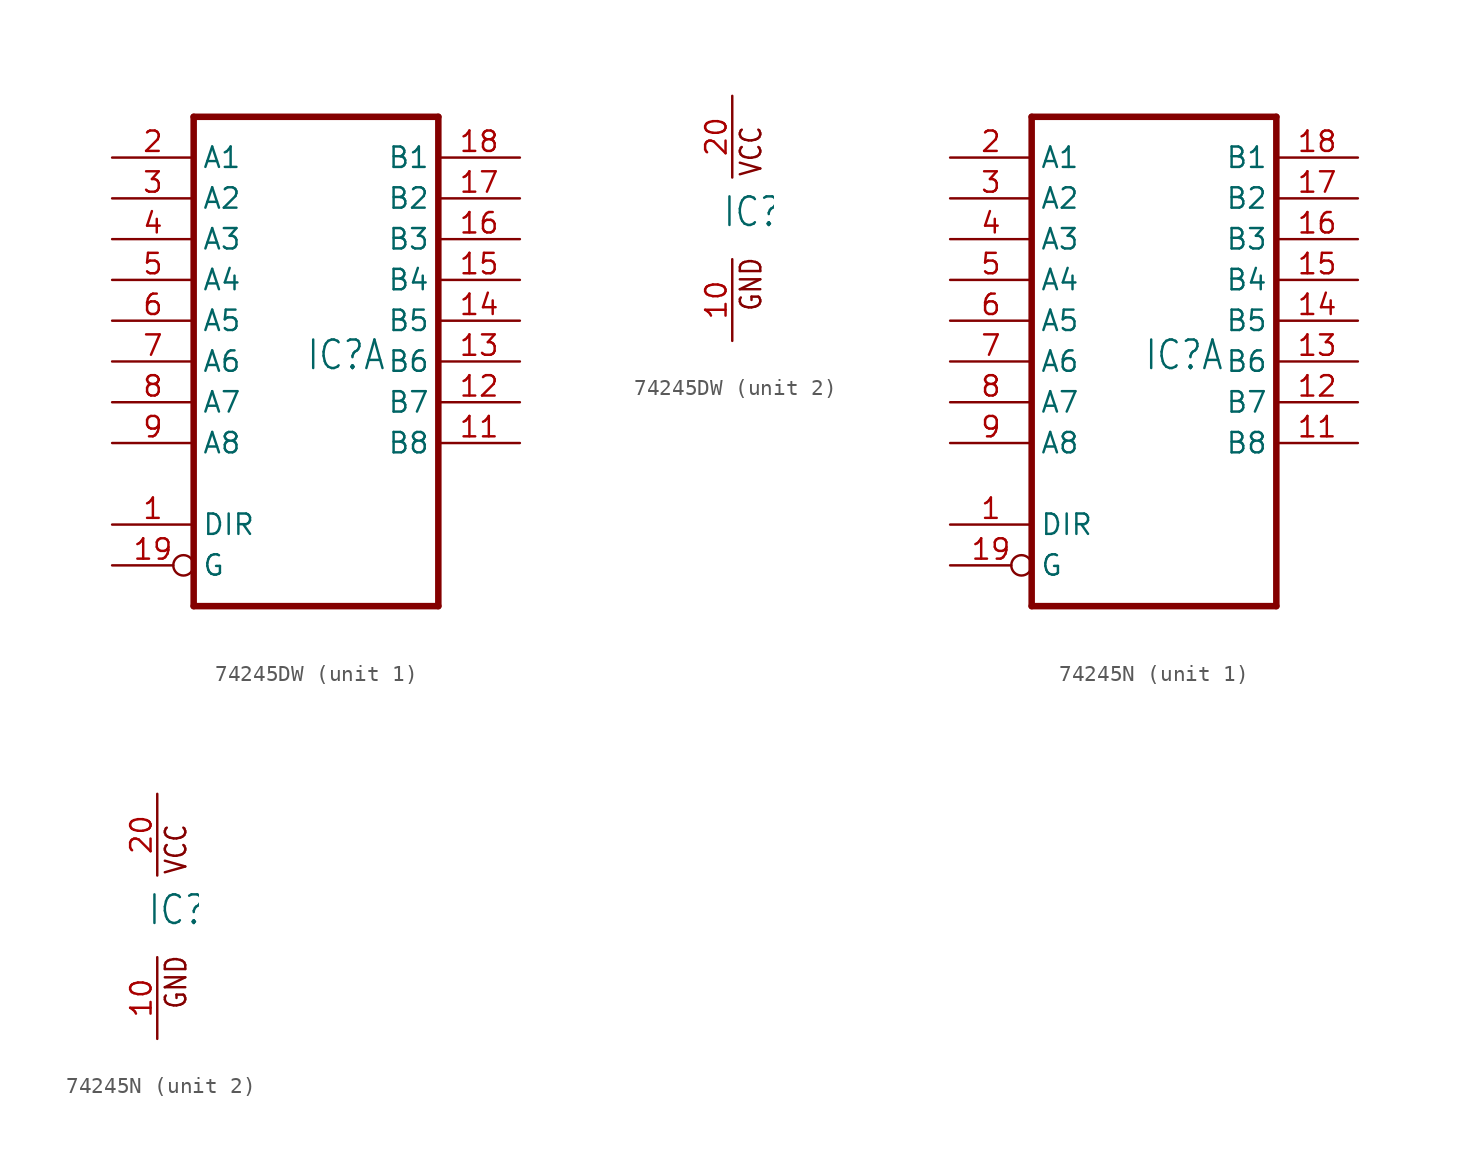
<source format=kicad_sym>
(kicad_symbol_lib
  (version 20220914)
  (generator kicad_symbol_editor)
  (symbol "74245DW"
    (property "Reference" "IC"
      (at -0.635 -0.635 0)
      (effects (font (size 1.778 1.511)) (justify left bottom)))
    (property "ki_locked" ""
      (at 0 0 0)
      (effects (font (size 1.27 1.27))))
    (symbol "74245DW_1_0"
      (polyline (pts (xy -7.62 -15.24) (xy 7.62 -15.24)) (stroke (width 0.406) (type solid)) (fill (type none)))
      (polyline (pts (xy -7.62 15.24) (xy -7.62 -15.24)) (stroke (width 0.406) (type solid)) (fill (type none)))
      (polyline (pts (xy 7.62 -15.24) (xy 7.62 15.24)) (stroke (width 0.406) (type solid)) (fill (type none)))
      (polyline (pts (xy 7.62 15.24) (xy -7.62 15.24)) (stroke (width 0.406) (type solid)) (fill (type none)))
      (pin input line (at -12.7 -10.16 0) (length 5.08) (name "DIR" (effects (font (size 1.27 1.27)))) (number "1" (effects (font (size 1.27 1.27)))))
      (pin bidirectional line (at 12.7 -5.08 180) (length 5.08) (name "B8" (effects (font (size 1.27 1.27)))) (number "11" (effects (font (size 1.27 1.27)))))
      (pin bidirectional line (at 12.7 -2.54 180) (length 5.08) (name "B7" (effects (font (size 1.27 1.27)))) (number "12" (effects (font (size 1.27 1.27)))))
      (pin bidirectional line (at 12.7 0 180) (length 5.08) (name "B6" (effects (font (size 1.27 1.27)))) (number "13" (effects (font (size 1.27 1.27)))))
      (pin bidirectional line (at 12.7 2.54 180) (length 5.08) (name "B5" (effects (font (size 1.27 1.27)))) (number "14" (effects (font (size 1.27 1.27)))))
      (pin bidirectional line (at 12.7 5.08 180) (length 5.08) (name "B4" (effects (font (size 1.27 1.27)))) (number "15" (effects (font (size 1.27 1.27)))))
      (pin bidirectional line (at 12.7 7.62 180) (length 5.08) (name "B3" (effects (font (size 1.27 1.27)))) (number "16" (effects (font (size 1.27 1.27)))))
      (pin bidirectional line (at 12.7 10.16 180) (length 5.08) (name "B2" (effects (font (size 1.27 1.27)))) (number "17" (effects (font (size 1.27 1.27)))))
      (pin bidirectional line (at 12.7 12.7 180) (length 5.08) (name "B1" (effects (font (size 1.27 1.27)))) (number "18" (effects (font (size 1.27 1.27)))))
      (pin input inverted (at -12.7 -12.7 0) (length 5.08) (name "G" (effects (font (size 1.27 1.27)))) (number "19" (effects (font (size 1.27 1.27)))))
      (pin bidirectional line (at -12.7 12.7 0) (length 5.08) (name "A1" (effects (font (size 1.27 1.27)))) (number "2" (effects (font (size 1.27 1.27)))))
      (pin bidirectional line (at -12.7 10.16 0) (length 5.08) (name "A2" (effects (font (size 1.27 1.27)))) (number "3" (effects (font (size 1.27 1.27)))))
      (pin bidirectional line (at -12.7 7.62 0) (length 5.08) (name "A3" (effects (font (size 1.27 1.27)))) (number "4" (effects (font (size 1.27 1.27)))))
      (pin bidirectional line (at -12.7 5.08 0) (length 5.08) (name "A4" (effects (font (size 1.27 1.27)))) (number "5" (effects (font (size 1.27 1.27)))))
      (pin bidirectional line (at -12.7 2.54 0) (length 5.08) (name "A5" (effects (font (size 1.27 1.27)))) (number "6" (effects (font (size 1.27 1.27)))))
      (pin bidirectional line (at -12.7 0 0) (length 5.08) (name "A6" (effects (font (size 1.27 1.27)))) (number "7" (effects (font (size 1.27 1.27)))))
      (pin bidirectional line (at -12.7 -2.54 0) (length 5.08) (name "A7" (effects (font (size 1.27 1.27)))) (number "8" (effects (font (size 1.27 1.27)))))
      (pin bidirectional line (at -12.7 -5.08 0) (length 5.08) (name "A8" (effects (font (size 1.27 1.27)))) (number "9" (effects (font (size 1.27 1.27))))))
    (symbol "74245DW_2_0"
      (text "GND" (at 1.905 -5.842 900) (effects (font (size 1.27 1.079)) (justify left bottom)))
      (text "VCC" (at 1.905 2.54 900) (effects (font (size 1.27 1.079)) (justify left bottom)))
      (pin power_in line (at 0 -7.62 90) (length 5.08) (name "GND" (effects (font (size 0 0)))) (number "10" (effects (font (size 1.27 1.27)))))
      (pin power_in line (at 0 7.62 270) (length 5.08) (name "VCC" (effects (font (size 0 0)))) (number "20" (effects (font (size 1.27 1.27)))))))
  (symbol "74245N"
    (property "Reference" "IC"
      (at -0.635 -0.635 0)
      (effects (font (size 1.778 1.511)) (justify left bottom)))
    (property "ki_locked" ""
      (at 0 0 0)
      (effects (font (size 1.27 1.27))))
    (symbol "74245N_1_0"
      (polyline (pts (xy -7.62 -15.24) (xy 7.62 -15.24)) (stroke (width 0.406) (type solid)) (fill (type none)))
      (polyline (pts (xy -7.62 15.24) (xy -7.62 -15.24)) (stroke (width 0.406) (type solid)) (fill (type none)))
      (polyline (pts (xy 7.62 -15.24) (xy 7.62 15.24)) (stroke (width 0.406) (type solid)) (fill (type none)))
      (polyline (pts (xy 7.62 15.24) (xy -7.62 15.24)) (stroke (width 0.406) (type solid)) (fill (type none)))
      (pin input line (at -12.7 -10.16 0) (length 5.08) (name "DIR" (effects (font (size 1.27 1.27)))) (number "1" (effects (font (size 1.27 1.27)))))
      (pin bidirectional line (at 12.7 -5.08 180) (length 5.08) (name "B8" (effects (font (size 1.27 1.27)))) (number "11" (effects (font (size 1.27 1.27)))))
      (pin bidirectional line (at 12.7 -2.54 180) (length 5.08) (name "B7" (effects (font (size 1.27 1.27)))) (number "12" (effects (font (size 1.27 1.27)))))
      (pin bidirectional line (at 12.7 0 180) (length 5.08) (name "B6" (effects (font (size 1.27 1.27)))) (number "13" (effects (font (size 1.27 1.27)))))
      (pin bidirectional line (at 12.7 2.54 180) (length 5.08) (name "B5" (effects (font (size 1.27 1.27)))) (number "14" (effects (font (size 1.27 1.27)))))
      (pin bidirectional line (at 12.7 5.08 180) (length 5.08) (name "B4" (effects (font (size 1.27 1.27)))) (number "15" (effects (font (size 1.27 1.27)))))
      (pin bidirectional line (at 12.7 7.62 180) (length 5.08) (name "B3" (effects (font (size 1.27 1.27)))) (number "16" (effects (font (size 1.27 1.27)))))
      (pin bidirectional line (at 12.7 10.16 180) (length 5.08) (name "B2" (effects (font (size 1.27 1.27)))) (number "17" (effects (font (size 1.27 1.27)))))
      (pin bidirectional line (at 12.7 12.7 180) (length 5.08) (name "B1" (effects (font (size 1.27 1.27)))) (number "18" (effects (font (size 1.27 1.27)))))
      (pin input inverted (at -12.7 -12.7 0) (length 5.08) (name "G" (effects (font (size 1.27 1.27)))) (number "19" (effects (font (size 1.27 1.27)))))
      (pin bidirectional line (at -12.7 12.7 0) (length 5.08) (name "A1" (effects (font (size 1.27 1.27)))) (number "2" (effects (font (size 1.27 1.27)))))
      (pin bidirectional line (at -12.7 10.16 0) (length 5.08) (name "A2" (effects (font (size 1.27 1.27)))) (number "3" (effects (font (size 1.27 1.27)))))
      (pin bidirectional line (at -12.7 7.62 0) (length 5.08) (name "A3" (effects (font (size 1.27 1.27)))) (number "4" (effects (font (size 1.27 1.27)))))
      (pin bidirectional line (at -12.7 5.08 0) (length 5.08) (name "A4" (effects (font (size 1.27 1.27)))) (number "5" (effects (font (size 1.27 1.27)))))
      (pin bidirectional line (at -12.7 2.54 0) (length 5.08) (name "A5" (effects (font (size 1.27 1.27)))) (number "6" (effects (font (size 1.27 1.27)))))
      (pin bidirectional line (at -12.7 0 0) (length 5.08) (name "A6" (effects (font (size 1.27 1.27)))) (number "7" (effects (font (size 1.27 1.27)))))
      (pin bidirectional line (at -12.7 -2.54 0) (length 5.08) (name "A7" (effects (font (size 1.27 1.27)))) (number "8" (effects (font (size 1.27 1.27)))))
      (pin bidirectional line (at -12.7 -5.08 0) (length 5.08) (name "A8" (effects (font (size 1.27 1.27)))) (number "9" (effects (font (size 1.27 1.27))))))
    (symbol "74245N_2_0"
      (text "GND" (at 1.905 -5.842 900) (effects (font (size 1.27 1.079)) (justify left bottom)))
      (text "VCC" (at 1.905 2.54 900) (effects (font (size 1.27 1.079)) (justify left bottom)))
      (pin power_in line (at 0 -7.62 90) (length 5.08) (name "GND" (effects (font (size 0 0)))) (number "10" (effects (font (size 1.27 1.27)))))
      (pin power_in line (at 0 7.62 270) (length 5.08) (name "VCC" (effects (font (size 0 0)))) (number "20" (effects (font (size 1.27 1.27))))))))
</source>
